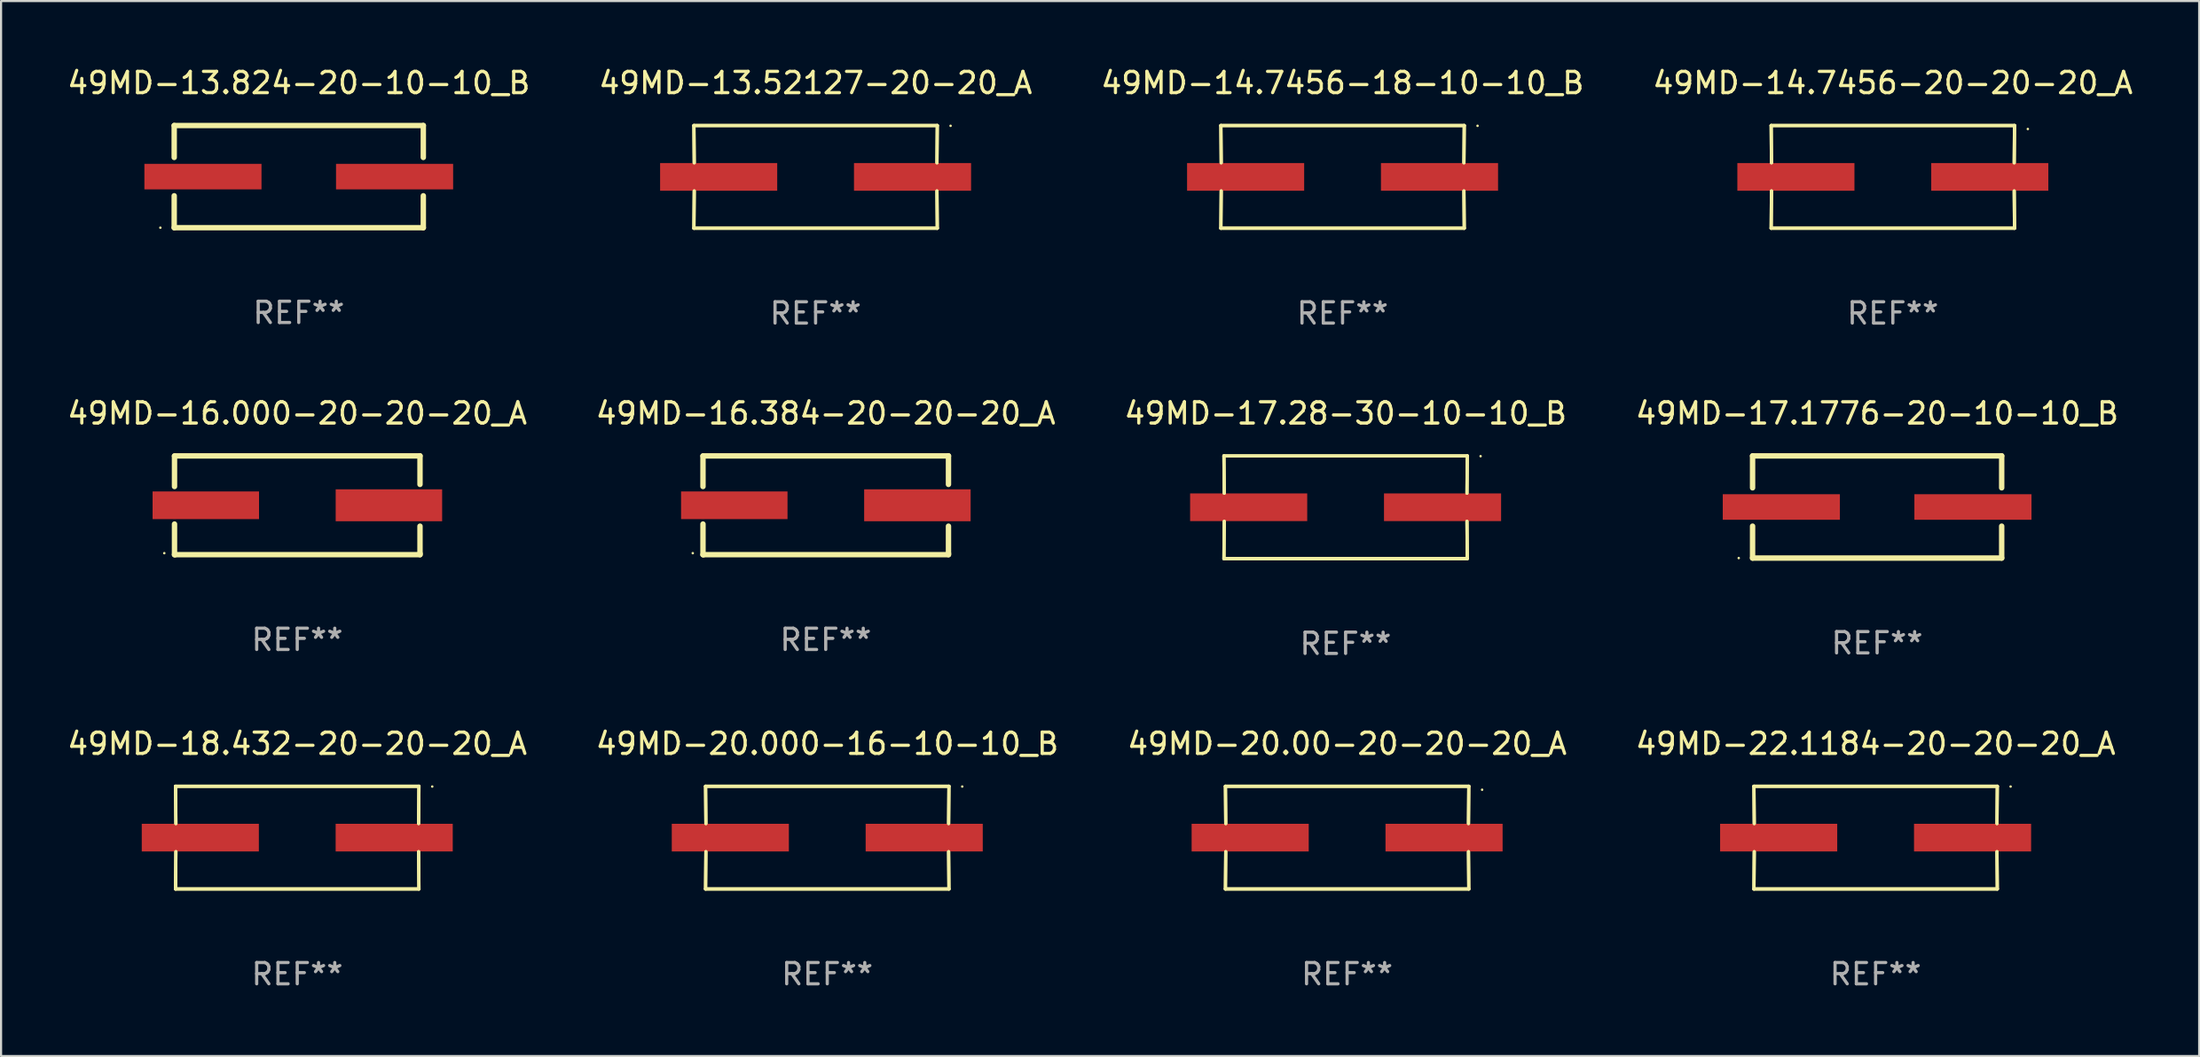
<source format=kicad_pcb>
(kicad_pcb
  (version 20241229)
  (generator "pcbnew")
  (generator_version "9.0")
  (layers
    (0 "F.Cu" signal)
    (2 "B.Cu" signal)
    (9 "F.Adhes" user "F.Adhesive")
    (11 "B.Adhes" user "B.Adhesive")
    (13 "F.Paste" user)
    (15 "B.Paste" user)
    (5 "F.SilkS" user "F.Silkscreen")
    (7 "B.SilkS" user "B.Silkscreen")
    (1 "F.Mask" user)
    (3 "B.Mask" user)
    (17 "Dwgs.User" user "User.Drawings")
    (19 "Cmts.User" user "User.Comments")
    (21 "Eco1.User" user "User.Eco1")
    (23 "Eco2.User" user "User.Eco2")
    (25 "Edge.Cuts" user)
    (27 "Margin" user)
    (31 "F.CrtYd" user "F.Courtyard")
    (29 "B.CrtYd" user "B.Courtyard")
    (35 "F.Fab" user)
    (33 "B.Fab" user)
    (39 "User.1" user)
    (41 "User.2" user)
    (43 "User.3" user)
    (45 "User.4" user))
  (footprint "49MD-17.1776-20-10-10_B"
    (layer "F.Cu")
    (at 85.113 20.771)
    (property "Reference" "49MD-17.1776-20-10-10_B" (at 0 -4.4 0) (layer "F.SilkS") (effects (font (size 1 1) (thickness 0.15))))
    (attr through_hole)
    (fp_line (start -5.85 -2.4) (end 5.85 -2.4) (stroke (width 0.254) (type solid)) (layer "F.SilkS"))
    (fp_line (start -5.85 -2.4) (end -5.85 -0.9) (stroke (width 0.254) (type solid)) (layer "F.SilkS"))
    (fp_line (start -5.85 2.4) (end 5.85 2.4) (stroke (width 0.254) (type solid)) (layer "F.SilkS"))
    (fp_line (start -5.85 0.9) (end -5.85 2.4) (stroke (width 0.254) (type solid)) (layer "F.SilkS"))
    (fp_line (start 5.85 -2.4) (end 5.85 -0.9) (stroke (width 0.254) (type solid)) (layer "F.SilkS"))
    (fp_line (start 5.85 0.9) (end 5.85 2.4) (stroke (width 0.254) (type solid)) (layer "F.SilkS"))
    (fp_circle (center -6.5 2.4) (end -6.47 2.4) (stroke (width 0.06) (type solid)) (fill no) (layer "F.SilkS"))
    (fp_text user "REF**" (at 0 6.4 0) (layer "F.Fab") (effects (font (size 1 1) (thickness 0.15))))
    (pad "1" smd rect (at -4.5 -0.000025) (size 5.5 1.2) (layers "F.Cu" "F.Mask" "F.Paste"))
    (pad "2" smd rect (at 4.5 -0.000025) (size 5.5 1.2) (layers "F.Cu" "F.Mask" "F.Paste")))
  (footprint "49MD-16.000-20-20-20_A"
    (layer "F.Cu")
    (at 10.911 20.691)
    (property "Reference" "49MD-16.000-20-20-20_A" (at 0 -4.32 0) (layer "F.SilkS") (effects (font (size 1 1) (thickness 0.15))))
    (attr through_hole)
    (fp_line (start -5.765 -2.32) (end 5.765 -2.32) (stroke (width 0.254) (type solid)) (layer "F.SilkS"))
    (fp_line (start -5.765 -0.881) (end -5.765 -2.31) (stroke (width 0.254) (type solid)) (layer "F.SilkS"))
    (fp_line (start -5.765 2.32) (end -5.765 0.881) (stroke (width 0.254) (type solid)) (layer "F.SilkS"))
    (fp_line (start -5.735 2.32) (end -5.765 2.32) (stroke (width 0.254) (type solid)) (layer "F.SilkS"))
    (fp_line (start 5.765 -2.32) (end 5.765 -0.981) (stroke (width 0.254) (type solid)) (layer "F.SilkS"))
    (fp_line (start 5.765 0.981) (end 5.765 2.26) (stroke (width 0.254) (type solid)) (layer "F.SilkS"))
    (fp_line (start 5.765 2.26) (end 5.765 2.32) (stroke (width 0.254) (type solid)) (layer "F.SilkS"))
    (fp_line (start 5.765 2.32) (end -5.735 2.32) (stroke (width 0.254) (type solid)) (layer "F.SilkS"))
    (fp_circle (center -6.245 2.25) (end -6.215 2.25) (stroke (width 0.06) (type solid)) (fill no) (layer "F.SilkS"))
    (fp_text user "REF**" (at 0 6.32 0) (layer "F.Fab") (effects (font (size 1 1) (thickness 0.15))))
    (pad "1" smd rect (at -4.295 0) (size 5 1.3) (layers "F.Cu" "F.Mask" "F.Paste"))
    (pad "2" smd rect (at 4.305 0) (size 5 1.5) (layers "F.Cu" "F.Mask" "F.Paste")))
  (footprint "49MD-16.384-20-20-20_A"
    (layer "F.Cu")
    (at 35.732 20.691)
    (property "Reference" "49MD-16.384-20-20-20_A" (at 0 -4.32 0) (layer "F.SilkS") (effects (font (size 1 1) (thickness 0.15))))
    (attr through_hole)
    (fp_line (start -5.765 -2.32) (end 5.765 -2.32) (stroke (width 0.254) (type solid)) (layer "F.SilkS"))
    (fp_line (start -5.765 -0.881) (end -5.765 -2.31) (stroke (width 0.254) (type solid)) (layer "F.SilkS"))
    (fp_line (start -5.765 2.32) (end -5.765 0.881) (stroke (width 0.254) (type solid)) (layer "F.SilkS"))
    (fp_line (start -5.735 2.32) (end -5.765 2.32) (stroke (width 0.254) (type solid)) (layer "F.SilkS"))
    (fp_line (start 5.765 -2.32) (end 5.765 -0.981) (stroke (width 0.254) (type solid)) (layer "F.SilkS"))
    (fp_line (start 5.765 0.981) (end 5.765 2.26) (stroke (width 0.254) (type solid)) (layer "F.SilkS"))
    (fp_line (start 5.765 2.26) (end 5.765 2.32) (stroke (width 0.254) (type solid)) (layer "F.SilkS"))
    (fp_line (start 5.765 2.32) (end -5.735 2.32) (stroke (width 0.254) (type solid)) (layer "F.SilkS"))
    (fp_circle (center -6.245 2.25) (end -6.215 2.25) (stroke (width 0.06) (type solid)) (fill no) (layer "F.SilkS"))
    (fp_text user "REF**" (at 0 6.32 0) (layer "F.Fab") (effects (font (size 1 1) (thickness 0.15))))
    (pad "1" smd rect (at -4.295 0) (size 5 1.3) (layers "F.Cu" "F.Mask" "F.Paste"))
    (pad "2" smd rect (at 4.305 0) (size 5 1.5) (layers "F.Cu" "F.Mask" "F.Paste")))
  (footprint "49MD-18.432-20-20-20_A"
    (layer "F.Cu")
    (at 10.911 36.306)
    (property "Reference" "49MD-18.432-20-20-20_A" (at 0 -4.413 0) (layer "F.SilkS") (effects (font (size 1 1) (thickness 0.15))))
    (attr through_hole)
    (fp_line (start -5.715 -2.413) (end -5.7 -0.662) (stroke (width 0.152) (type solid)) (layer "F.SilkS"))
    (fp_line (start -5.715 -2.413) (end -5.7 -0.662) (stroke (width 0.152) (type solid)) (layer "F.SilkS"))
    (fp_line (start -5.715 2.413) (end 5.715 2.413) (stroke (width 0.152) (type solid)) (layer "F.SilkS"))
    (fp_line (start -5.715 2.413) (end 5.715 2.413) (stroke (width 0.152) (type solid)) (layer "F.SilkS"))
    (fp_line (start -5.7 0.662) (end -5.715 2.413) (stroke (width 0.152) (type solid)) (layer "F.SilkS"))
    (fp_line (start -5.7 0.662) (end -5.715 2.413) (stroke (width 0.152) (type solid)) (layer "F.SilkS"))
    (fp_line (start 5.7 -0.662) (end 5.715 -2.413) (stroke (width 0.152) (type solid)) (layer "F.SilkS"))
    (fp_line (start 5.7 -0.662) (end 5.715 -2.413) (stroke (width 0.152) (type solid)) (layer "F.SilkS"))
    (fp_line (start 5.715 -2.413) (end -5.715 -2.413) (stroke (width 0.152) (type solid)) (layer "F.SilkS"))
    (fp_line (start 5.715 -2.413) (end -5.715 -2.413) (stroke (width 0.152) (type solid)) (layer "F.SilkS"))
    (fp_line (start 5.715 2.413) (end 5.7 0.662) (stroke (width 0.152) (type solid)) (layer "F.SilkS"))
    (fp_line (start 5.715 2.413) (end 5.7 0.662) (stroke (width 0.152) (type solid)) (layer "F.SilkS"))
    (fp_circle (center 6.34 -2.4) (end 6.37 -2.4) (stroke (width 0.06) (type solid)) (fill no) (layer "F.SilkS"))
    (fp_text user "REF**" (at 0 6.413 0) (layer "F.Fab") (effects (font (size 1 1) (thickness 0.15))))
    (pad "1" smd rect (at 4.553 0) (size 5.5 1.3) (layers "F.Cu" "F.Mask" "F.Paste"))
    (pad "2" smd rect (at -4.553 0) (size 5.5 1.3) (layers "F.Cu" "F.Mask" "F.Paste")))
  (footprint "49MD-14.7456-20-20-20_A"
    (layer "F.Cu")
    (at 85.851 5.261)
    (property "Reference" "49MD-14.7456-20-20-20_A" (at 0 -4.413 0) (layer "F.SilkS") (effects (font (size 1 1) (thickness 0.15))))
    (attr through_hole)
    (fp_line (start -5.715 -2.413) (end -5.7 -0.662) (stroke (width 0.152) (type solid)) (layer "F.SilkS"))
    (fp_line (start -5.715 -2.413) (end -5.7 -0.662) (stroke (width 0.152) (type solid)) (layer "F.SilkS"))
    (fp_line (start -5.715 2.413) (end 5.715 2.413) (stroke (width 0.152) (type solid)) (layer "F.SilkS"))
    (fp_line (start -5.715 2.413) (end 5.715 2.413) (stroke (width 0.152) (type solid)) (layer "F.SilkS"))
    (fp_line (start -5.7 0.662) (end -5.715 2.413) (stroke (width 0.152) (type solid)) (layer "F.SilkS"))
    (fp_line (start -5.7 0.662) (end -5.715 2.413) (stroke (width 0.152) (type solid)) (layer "F.SilkS"))
    (fp_line (start 5.7 -0.662) (end 5.715 -2.413) (stroke (width 0.152) (type solid)) (layer "F.SilkS"))
    (fp_line (start 5.7 -0.662) (end 5.715 -2.413) (stroke (width 0.152) (type solid)) (layer "F.SilkS"))
    (fp_line (start 5.715 -2.413) (end -5.715 -2.413) (stroke (width 0.152) (type solid)) (layer "F.SilkS"))
    (fp_line (start 5.715 -2.413) (end -5.715 -2.413) (stroke (width 0.152) (type solid)) (layer "F.SilkS"))
    (fp_line (start 5.715 2.413) (end 5.7 0.662) (stroke (width 0.152) (type solid)) (layer "F.SilkS"))
    (fp_line (start 5.715 2.413) (end 5.7 0.662) (stroke (width 0.152) (type solid)) (layer "F.SilkS"))
    (fp_circle (center 6.34 -2.25) (end 6.37 -2.25) (stroke (width 0.06) (type solid)) (fill no) (layer "F.SilkS"))
    (fp_text user "REF**" (at 0 6.413 0) (layer "F.Fab") (effects (font (size 1 1) (thickness 0.15))))
    (pad "1" smd rect (at 4.553 0.000127) (size 5.5 1.3) (layers "F.Cu" "F.Mask" "F.Paste"))
    (pad "2" smd rect (at -4.553 0.000127) (size 5.5 1.3) (layers "F.Cu" "F.Mask" "F.Paste")))
  (footprint "49MD-20.00-20-20-20_A"
    (layer "F.Cu")
    (at 60.22 36.306)
    (property "Reference" "49MD-20.00-20-20-20_A" (at 0 -4.413 0) (layer "F.SilkS") (effects (font (size 1 1) (thickness 0.15))))
    (attr through_hole)
    (fp_line (start -5.715 -2.413) (end -5.7 -0.662) (stroke (width 0.152) (type solid)) (layer "F.SilkS"))
    (fp_line (start -5.715 -2.413) (end -5.7 -0.662) (stroke (width 0.152) (type solid)) (layer "F.SilkS"))
    (fp_line (start -5.715 2.413) (end 5.715 2.413) (stroke (width 0.152) (type solid)) (layer "F.SilkS"))
    (fp_line (start -5.715 2.413) (end 5.715 2.413) (stroke (width 0.152) (type solid)) (layer "F.SilkS"))
    (fp_line (start -5.7 0.662) (end -5.715 2.413) (stroke (width 0.152) (type solid)) (layer "F.SilkS"))
    (fp_line (start -5.7 0.662) (end -5.715 2.413) (stroke (width 0.152) (type solid)) (layer "F.SilkS"))
    (fp_line (start 5.7 -0.662) (end 5.715 -2.413) (stroke (width 0.152) (type solid)) (layer "F.SilkS"))
    (fp_line (start 5.7 -0.662) (end 5.715 -2.413) (stroke (width 0.152) (type solid)) (layer "F.SilkS"))
    (fp_line (start 5.715 -2.413) (end -5.715 -2.413) (stroke (width 0.152) (type solid)) (layer "F.SilkS"))
    (fp_line (start 5.715 -2.413) (end -5.715 -2.413) (stroke (width 0.152) (type solid)) (layer "F.SilkS"))
    (fp_line (start 5.715 2.413) (end 5.7 0.662) (stroke (width 0.152) (type solid)) (layer "F.SilkS"))
    (fp_line (start 5.715 2.413) (end 5.7 0.662) (stroke (width 0.152) (type solid)) (layer "F.SilkS"))
    (fp_circle (center 6.34 -2.25) (end 6.37 -2.25) (stroke (width 0.06) (type solid)) (fill no) (layer "F.SilkS"))
    (fp_text user "REF**" (at 0 6.413 0) (layer "F.Fab") (effects (font (size 1 1) (thickness 0.15))))
    (pad "1" smd rect (at 4.553 0.000127) (size 5.5 1.3) (layers "F.Cu" "F.Mask" "F.Paste"))
    (pad "2" smd rect (at -4.553 0.000127) (size 5.5 1.3) (layers "F.Cu" "F.Mask" "F.Paste")))
  (footprint "49MD-14.7456-18-10-10_B"
    (layer "F.Cu")
    (at 60.006 5.261)
    (property "Reference" "49MD-14.7456-18-10-10_B" (at 0 -4.413 0) (layer "F.SilkS") (effects (font (size 1 1) (thickness 0.15))))
    (attr through_hole)
    (fp_line (start -5.715 -2.413) (end -5.7 -0.662) (stroke (width 0.152) (type solid)) (layer "F.SilkS"))
    (fp_line (start -5.715 -2.413) (end -5.7 -0.662) (stroke (width 0.152) (type solid)) (layer "F.SilkS"))
    (fp_line (start -5.715 2.413) (end 5.715 2.413) (stroke (width 0.152) (type solid)) (layer "F.SilkS"))
    (fp_line (start -5.715 2.413) (end 5.715 2.413) (stroke (width 0.152) (type solid)) (layer "F.SilkS"))
    (fp_line (start -5.7 0.662) (end -5.715 2.413) (stroke (width 0.152) (type solid)) (layer "F.SilkS"))
    (fp_line (start -5.7 0.662) (end -5.715 2.413) (stroke (width 0.152) (type solid)) (layer "F.SilkS"))
    (fp_line (start 5.7 -0.662) (end 5.715 -2.413) (stroke (width 0.152) (type solid)) (layer "F.SilkS"))
    (fp_line (start 5.7 -0.662) (end 5.715 -2.413) (stroke (width 0.152) (type solid)) (layer "F.SilkS"))
    (fp_line (start 5.715 -2.413) (end -5.715 -2.413) (stroke (width 0.152) (type solid)) (layer "F.SilkS"))
    (fp_line (start 5.715 -2.413) (end -5.715 -2.413) (stroke (width 0.152) (type solid)) (layer "F.SilkS"))
    (fp_line (start 5.715 2.413) (end 5.7 0.662) (stroke (width 0.152) (type solid)) (layer "F.SilkS"))
    (fp_line (start 5.715 2.413) (end 5.7 0.662) (stroke (width 0.152) (type solid)) (layer "F.SilkS"))
    (fp_circle (center 6.34 -2.4) (end 6.37 -2.4) (stroke (width 0.06) (type solid)) (fill no) (layer "F.SilkS"))
    (fp_text user "REF**" (at 0 6.413 0) (layer "F.Fab") (effects (font (size 1 1) (thickness 0.15))))
    (pad "1" smd rect (at 4.553 0) (size 5.5 1.3) (layers "F.Cu" "F.Mask" "F.Paste"))
    (pad "2" smd rect (at -4.553 0) (size 5.5 1.3) (layers "F.Cu" "F.Mask" "F.Paste")))
  (footprint "49MD-17.28-30-10-10_B"
    (layer "F.Cu")
    (at 60.149 20.784)
    (property "Reference" "49MD-17.28-30-10-10_B" (at 0 -4.413 0) (layer "F.SilkS") (effects (font (size 1 1) (thickness 0.15))))
    (attr through_hole)
    (fp_line (start -5.715 -2.413) (end -5.7 -0.662) (stroke (width 0.152) (type solid)) (layer "F.SilkS"))
    (fp_line (start -5.715 -2.413) (end -5.7 -0.662) (stroke (width 0.152) (type solid)) (layer "F.SilkS"))
    (fp_line (start -5.715 2.413) (end 5.715 2.413) (stroke (width 0.152) (type solid)) (layer "F.SilkS"))
    (fp_line (start -5.715 2.413) (end 5.715 2.413) (stroke (width 0.152) (type solid)) (layer "F.SilkS"))
    (fp_line (start -5.7 0.662) (end -5.715 2.413) (stroke (width 0.152) (type solid)) (layer "F.SilkS"))
    (fp_line (start -5.7 0.662) (end -5.715 2.413) (stroke (width 0.152) (type solid)) (layer "F.SilkS"))
    (fp_line (start 5.7 -0.662) (end 5.715 -2.413) (stroke (width 0.152) (type solid)) (layer "F.SilkS"))
    (fp_line (start 5.7 -0.662) (end 5.715 -2.413) (stroke (width 0.152) (type solid)) (layer "F.SilkS"))
    (fp_line (start 5.715 -2.413) (end -5.715 -2.413) (stroke (width 0.152) (type solid)) (layer "F.SilkS"))
    (fp_line (start 5.715 -2.413) (end -5.715 -2.413) (stroke (width 0.152) (type solid)) (layer "F.SilkS"))
    (fp_line (start 5.715 2.413) (end 5.7 0.662) (stroke (width 0.152) (type solid)) (layer "F.SilkS"))
    (fp_line (start 5.715 2.413) (end 5.7 0.662) (stroke (width 0.152) (type solid)) (layer "F.SilkS"))
    (fp_circle (center 6.34 -2.4) (end 6.37 -2.4) (stroke (width 0.06) (type solid)) (fill no) (layer "F.SilkS"))
    (fp_text user "REF**" (at 0 6.413 0) (layer "F.Fab") (effects (font (size 1 1) (thickness 0.15))))
    (pad "1" smd rect (at 4.553 0) (size 5.5 1.3) (layers "F.Cu" "F.Mask" "F.Paste"))
    (pad "2" smd rect (at -4.553 0) (size 5.5 1.3) (layers "F.Cu" "F.Mask" "F.Paste")))
  (footprint "49MD-13.824-20-10-10_B"
    (layer "F.Cu")
    (at 10.982 5.248)
    (property "Reference" "49MD-13.824-20-10-10_B" (at 0 -4.4 0) (layer "F.SilkS") (effects (font (size 1 1) (thickness 0.15))))
    (attr through_hole)
    (fp_line (start -5.85 -2.4) (end 5.85 -2.4) (stroke (width 0.254) (type solid)) (layer "F.SilkS"))
    (fp_line (start -5.85 -2.4) (end -5.85 -0.9) (stroke (width 0.254) (type solid)) (layer "F.SilkS"))
    (fp_line (start -5.85 2.4) (end 5.85 2.4) (stroke (width 0.254) (type solid)) (layer "F.SilkS"))
    (fp_line (start -5.85 0.9) (end -5.85 2.4) (stroke (width 0.254) (type solid)) (layer "F.SilkS"))
    (fp_line (start 5.85 -2.4) (end 5.85 -0.9) (stroke (width 0.254) (type solid)) (layer "F.SilkS"))
    (fp_line (start 5.85 0.9) (end 5.85 2.4) (stroke (width 0.254) (type solid)) (layer "F.SilkS"))
    (fp_circle (center -6.5 2.4) (end -6.47 2.4) (stroke (width 0.06) (type solid)) (fill no) (layer "F.SilkS"))
    (fp_text user "REF**" (at 0 6.4 0) (layer "F.Fab") (effects (font (size 1 1) (thickness 0.15))))
    (pad "1" smd rect (at -4.5 -0.000025) (size 5.5 1.2) (layers "F.Cu" "F.Mask" "F.Paste"))
    (pad "2" smd rect (at 4.5 -0.000025) (size 5.5 1.2) (layers "F.Cu" "F.Mask" "F.Paste")))
  (footprint "49MD-13.52127-20-20_A"
    (layer "F.Cu")
    (at 35.256 5.261)
    (property "Reference" "49MD-13.52127-20-20_A" (at 0 -4.413 0) (layer "F.SilkS") (effects (font (size 1 1) (thickness 0.15))))
    (attr through_hole)
    (fp_line (start -5.715 -2.413) (end -5.7 -0.662) (stroke (width 0.152) (type solid)) (layer "F.SilkS"))
    (fp_line (start -5.715 -2.413) (end -5.7 -0.662) (stroke (width 0.152) (type solid)) (layer "F.SilkS"))
    (fp_line (start -5.715 2.413) (end 5.715 2.413) (stroke (width 0.152) (type solid)) (layer "F.SilkS"))
    (fp_line (start -5.715 2.413) (end 5.715 2.413) (stroke (width 0.152) (type solid)) (layer "F.SilkS"))
    (fp_line (start -5.7 0.662) (end -5.715 2.413) (stroke (width 0.152) (type solid)) (layer "F.SilkS"))
    (fp_line (start -5.7 0.662) (end -5.715 2.413) (stroke (width 0.152) (type solid)) (layer "F.SilkS"))
    (fp_line (start 5.7 -0.662) (end 5.715 -2.413) (stroke (width 0.152) (type solid)) (layer "F.SilkS"))
    (fp_line (start 5.7 -0.662) (end 5.715 -2.413) (stroke (width 0.152) (type solid)) (layer "F.SilkS"))
    (fp_line (start 5.715 -2.413) (end -5.715 -2.413) (stroke (width 0.152) (type solid)) (layer "F.SilkS"))
    (fp_line (start 5.715 -2.413) (end -5.715 -2.413) (stroke (width 0.152) (type solid)) (layer "F.SilkS"))
    (fp_line (start 5.715 2.413) (end 5.7 0.662) (stroke (width 0.152) (type solid)) (layer "F.SilkS"))
    (fp_line (start 5.715 2.413) (end 5.7 0.662) (stroke (width 0.152) (type solid)) (layer "F.SilkS"))
    (fp_circle (center 6.34 -2.4) (end 6.37 -2.4) (stroke (width 0.06) (type solid)) (fill no) (layer "F.SilkS"))
    (fp_text user "REF**" (at 0 6.413 0) (layer "F.Fab") (effects (font (size 1 1) (thickness 0.15))))
    (pad "1" smd rect (at 4.553 0) (size 5.5 1.3) (layers "F.Cu" "F.Mask" "F.Paste"))
    (pad "2" smd rect (at -4.553 0) (size 5.5 1.3) (layers "F.Cu" "F.Mask" "F.Paste")))
  (footprint "49MD-22.1184-20-20-20_A"
    (layer "F.Cu")
    (at 85.042 36.306)
    (property "Reference" "49MD-22.1184-20-20-20_A" (at 0 -4.413 0) (layer "F.SilkS") (effects (font (size 1 1) (thickness 0.15))))
    (attr through_hole)
    (fp_line (start -5.715 -2.413) (end -5.7 -0.662) (stroke (width 0.152) (type solid)) (layer "F.SilkS"))
    (fp_line (start -5.715 -2.413) (end -5.7 -0.662) (stroke (width 0.152) (type solid)) (layer "F.SilkS"))
    (fp_line (start -5.715 2.413) (end 5.715 2.413) (stroke (width 0.152) (type solid)) (layer "F.SilkS"))
    (fp_line (start -5.715 2.413) (end 5.715 2.413) (stroke (width 0.152) (type solid)) (layer "F.SilkS"))
    (fp_line (start -5.7 0.662) (end -5.715 2.413) (stroke (width 0.152) (type solid)) (layer "F.SilkS"))
    (fp_line (start -5.7 0.662) (end -5.715 2.413) (stroke (width 0.152) (type solid)) (layer "F.SilkS"))
    (fp_line (start 5.7 -0.662) (end 5.715 -2.413) (stroke (width 0.152) (type solid)) (layer "F.SilkS"))
    (fp_line (start 5.7 -0.662) (end 5.715 -2.413) (stroke (width 0.152) (type solid)) (layer "F.SilkS"))
    (fp_line (start 5.715 -2.413) (end -5.715 -2.413) (stroke (width 0.152) (type solid)) (layer "F.SilkS"))
    (fp_line (start 5.715 -2.413) (end -5.715 -2.413) (stroke (width 0.152) (type solid)) (layer "F.SilkS"))
    (fp_line (start 5.715 2.413) (end 5.7 0.662) (stroke (width 0.152) (type solid)) (layer "F.SilkS"))
    (fp_line (start 5.715 2.413) (end 5.7 0.662) (stroke (width 0.152) (type solid)) (layer "F.SilkS"))
    (fp_circle (center 6.34 -2.4) (end 6.37 -2.4) (stroke (width 0.06) (type solid)) (fill no) (layer "F.SilkS"))
    (fp_text user "REF**" (at 0 6.413 0) (layer "F.Fab") (effects (font (size 1 1) (thickness 0.15))))
    (pad "1" smd rect (at 4.553 0) (size 5.5 1.3) (layers "F.Cu" "F.Mask" "F.Paste"))
    (pad "2" smd rect (at -4.553 0) (size 5.5 1.3) (layers "F.Cu" "F.Mask" "F.Paste")))
  (footprint "49MD-20.000-16-10-10_B"
    (layer "F.Cu")
    (at 35.804 36.306)
    (property "Reference" "49MD-20.000-16-10-10_B" (at 0 -4.413 0) (layer "F.SilkS") (effects (font (size 1 1) (thickness 0.15))))
    (attr through_hole)
    (fp_line (start -5.715 -2.413) (end -5.7 -0.662) (stroke (width 0.152) (type solid)) (layer "F.SilkS"))
    (fp_line (start -5.715 -2.413) (end -5.7 -0.662) (stroke (width 0.152) (type solid)) (layer "F.SilkS"))
    (fp_line (start -5.715 2.413) (end 5.715 2.413) (stroke (width 0.152) (type solid)) (layer "F.SilkS"))
    (fp_line (start -5.715 2.413) (end 5.715 2.413) (stroke (width 0.152) (type solid)) (layer "F.SilkS"))
    (fp_line (start -5.7 0.662) (end -5.715 2.413) (stroke (width 0.152) (type solid)) (layer "F.SilkS"))
    (fp_line (start -5.7 0.662) (end -5.715 2.413) (stroke (width 0.152) (type solid)) (layer "F.SilkS"))
    (fp_line (start 5.7 -0.662) (end 5.715 -2.413) (stroke (width 0.152) (type solid)) (layer "F.SilkS"))
    (fp_line (start 5.7 -0.662) (end 5.715 -2.413) (stroke (width 0.152) (type solid)) (layer "F.SilkS"))
    (fp_line (start 5.715 -2.413) (end -5.715 -2.413) (stroke (width 0.152) (type solid)) (layer "F.SilkS"))
    (fp_line (start 5.715 -2.413) (end -5.715 -2.413) (stroke (width 0.152) (type solid)) (layer "F.SilkS"))
    (fp_line (start 5.715 2.413) (end 5.7 0.662) (stroke (width 0.152) (type solid)) (layer "F.SilkS"))
    (fp_line (start 5.715 2.413) (end 5.7 0.662) (stroke (width 0.152) (type solid)) (layer "F.SilkS"))
    (fp_circle (center 6.34 -2.4) (end 6.37 -2.4) (stroke (width 0.06) (type solid)) (fill no) (layer "F.SilkS"))
    (fp_text user "REF**" (at 0 6.413 0) (layer "F.Fab") (effects (font (size 1 1) (thickness 0.15))))
    (pad "1" smd rect (at 4.553 0) (size 5.5 1.3) (layers "F.Cu" "F.Mask" "F.Paste"))
    (pad "2" smd rect (at -4.553 0) (size 5.5 1.3) (layers "F.Cu" "F.Mask" "F.Paste")))
  (gr_rect
    (start -3 -3)
    (end 100.238 46.568)
    (stroke (width 0.1) (type default))
    (fill no)
    (layer "Edge.Cuts")))
</source>
